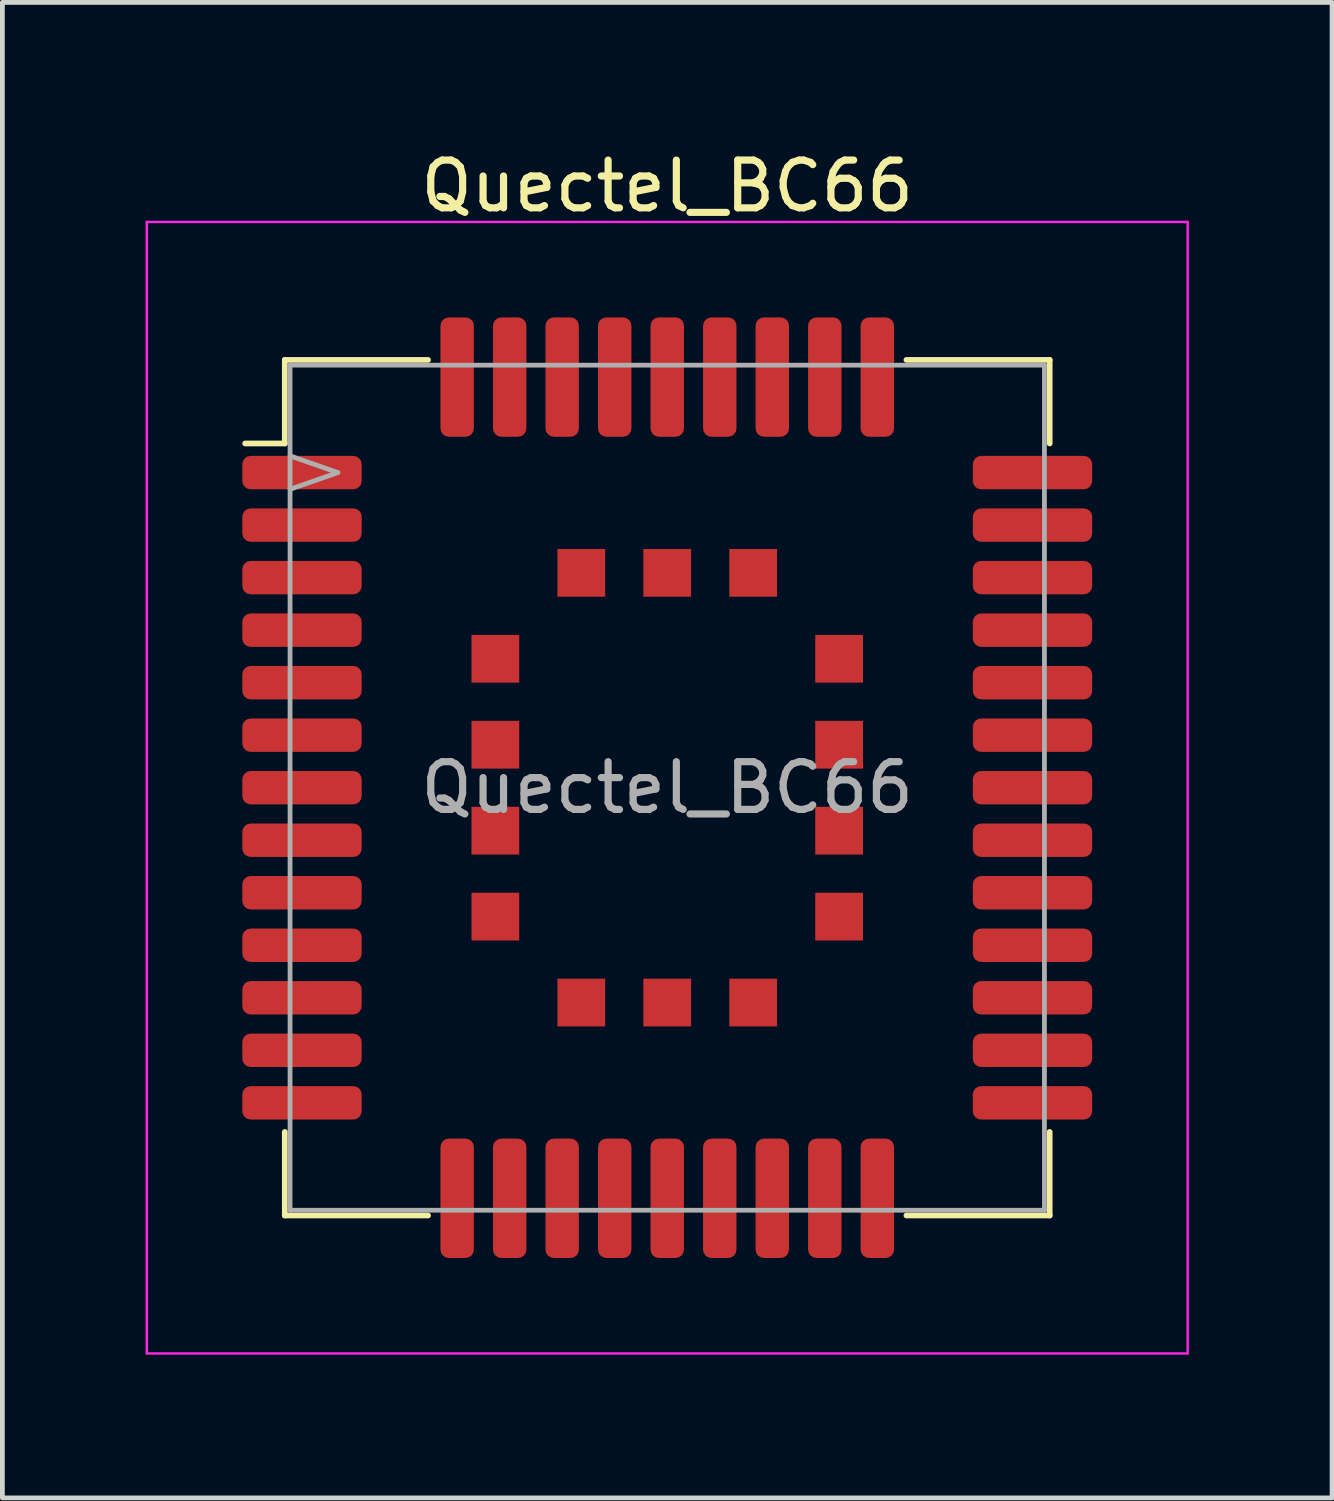
<source format=kicad_pcb>
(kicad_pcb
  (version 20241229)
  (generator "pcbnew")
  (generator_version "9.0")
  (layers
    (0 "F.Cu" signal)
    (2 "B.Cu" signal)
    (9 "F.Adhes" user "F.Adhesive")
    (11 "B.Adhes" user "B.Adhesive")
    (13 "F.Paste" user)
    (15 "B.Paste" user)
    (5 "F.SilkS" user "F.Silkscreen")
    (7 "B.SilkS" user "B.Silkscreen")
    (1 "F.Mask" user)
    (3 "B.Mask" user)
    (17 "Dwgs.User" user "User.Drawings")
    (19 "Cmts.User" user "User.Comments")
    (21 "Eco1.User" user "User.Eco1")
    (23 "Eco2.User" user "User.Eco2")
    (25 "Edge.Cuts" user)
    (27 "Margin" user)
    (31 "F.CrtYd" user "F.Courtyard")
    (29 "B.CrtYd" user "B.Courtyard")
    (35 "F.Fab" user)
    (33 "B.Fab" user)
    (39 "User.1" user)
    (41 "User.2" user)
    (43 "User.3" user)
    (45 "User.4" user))
  (footprint "Quectel_BC66"
    (layer "F.Cu")
    (at 10.925 13.448)
    (property "Reference" "Quectel_BC66" (at 0 -12.6 0) (layer "F.SilkS") (effects (font (size 1 1) (thickness 0.15))))
    (attr smd)
    (fp_line (start -8.84 -7.21) (end -8.01 -7.21) (stroke (width 0.12) (type solid)) (layer "F.SilkS"))
    (fp_line (start -8.01 -8.96) (end -8.01 -7.21) (stroke (width 0.12) (type solid)) (layer "F.SilkS"))
    (fp_line (start -8.01 -8.96) (end -5.01 -8.96) (stroke (width 0.12) (type solid)) (layer "F.SilkS"))
    (fp_line (start -8.01 7.21) (end -8.01 8.96) (stroke (width 0.12) (type solid)) (layer "F.SilkS"))
    (fp_line (start -8.01 8.96) (end -5.01 8.96) (stroke (width 0.12) (type solid)) (layer "F.SilkS"))
    (fp_line (start 5.01 -8.96) (end 8.01 -8.96) (stroke (width 0.12) (type solid)) (layer "F.SilkS"))
    (fp_line (start 5.01 8.96) (end 8.01 8.96) (stroke (width 0.12) (type solid)) (layer "F.SilkS"))
    (fp_line (start 8.01 -8.96) (end 8.01 -7.21) (stroke (width 0.12) (type solid)) (layer "F.SilkS"))
    (fp_line (start 8.01 7.21) (end 8.01 8.96) (stroke (width 0.12) (type solid)) (layer "F.SilkS"))
    (fp_line (start -10.9 -11.85) (end -10.9 11.85) (stroke (width 0.05) (type solid)) (layer "F.CrtYd"))
    (fp_line (start -10.9 -11.85) (end 10.9 -11.85) (stroke (width 0.05) (type solid)) (layer "F.CrtYd"))
    (fp_line (start -10.9 11.85) (end 10.9 11.85) (stroke (width 0.05) (type solid)) (layer "F.CrtYd"))
    (fp_line (start 10.9 -11.85) (end 10.9 11.85) (stroke (width 0.05) (type solid)) (layer "F.CrtYd"))
    (fp_line (start -7.9 -8.85) (end -7.9 8.85) (stroke (width 0.1) (type solid)) (layer "F.Fab"))
    (fp_line (start -7.9 -8.85) (end 7.9 -8.85) (stroke (width 0.1) (type solid)) (layer "F.Fab"))
    (fp_line (start -7.9 -6.95) (end -6.9 -6.6) (stroke (width 0.1) (type solid)) (layer "F.Fab"))
    (fp_line (start -7.9 8.85) (end 7.9 8.85) (stroke (width 0.1) (type solid)) (layer "F.Fab"))
    (fp_line (start -6.9 -6.6) (end -7.9 -6.25) (stroke (width 0.1) (type solid)) (layer "F.Fab"))
    (fp_line (start 7.9 -8.85) (end 7.9 8.85) (stroke (width 0.1) (type solid)) (layer "F.Fab"))
    (fp_text user "${REFERENCE}" (at 0 0 0) (layer "F.Fab") (effects (font (size 1 1) (thickness 0.15))))
    (pad "" smd roundrect (at -7.85 -6.6) (size 2.5 0.7) (layers "F.Paste") (roundrect_rratio 0.25))
    (pad "" smd roundrect (at -7.85 -5.5) (size 2.5 0.7) (layers "F.Paste") (roundrect_rratio 0.25))
    (pad "" smd roundrect (at -7.85 -4.4) (size 2.5 0.7) (layers "F.Paste") (roundrect_rratio 0.25))
    (pad "" smd roundrect (at -7.85 -3.3) (size 2.5 0.7) (layers "F.Paste") (roundrect_rratio 0.25))
    (pad "" smd roundrect (at -7.85 -2.2) (size 2.5 0.7) (layers "F.Paste") (roundrect_rratio 0.25))
    (pad "" smd roundrect (at -7.85 -1.1) (size 2.5 0.7) (layers "F.Paste") (roundrect_rratio 0.25))
    (pad "" smd roundrect (at -7.85 0) (size 2.5 0.7) (layers "F.Paste") (roundrect_rratio 0.25))
    (pad "" smd roundrect (at -7.85 1.1) (size 2.5 0.7) (layers "F.Paste") (roundrect_rratio 0.25))
    (pad "" smd roundrect (at -7.85 2.2) (size 2.5 0.7) (layers "F.Paste") (roundrect_rratio 0.25))
    (pad "" smd roundrect (at -7.85 3.3) (size 2.5 0.7) (layers "F.Paste") (roundrect_rratio 0.25))
    (pad "" smd roundrect (at -7.85 4.4) (size 2.5 0.7) (layers "F.Paste") (roundrect_rratio 0.25))
    (pad "" smd roundrect (at -7.85 5.5) (size 2.5 0.7) (layers "F.Paste") (roundrect_rratio 0.25))
    (pad "" smd roundrect (at -7.85 6.6) (size 2.5 0.7) (layers "F.Paste") (roundrect_rratio 0.25))
    (pad "" smd roundrect (at -4.4 -8.8 90) (size 2.5 0.7) (layers "F.Paste") (roundrect_rratio 0.25))
    (pad "" smd roundrect (at -4.4 8.8 90) (size 2.5 0.7) (layers "F.Paste") (roundrect_rratio 0.25))
    (pad "" smd circle (at -3.6 -2.7) (size 0.46 0.46) (layers "F.Paste"))
    (pad "" smd circle (at -3.6 -0.9) (size 0.46 0.46) (layers "F.Paste"))
    (pad "" smd circle (at -3.6 0.9) (size 0.46 0.46) (layers "F.Paste"))
    (pad "" smd circle (at -3.6 2.7) (size 0.46 0.46) (layers "F.Paste"))
    (pad "" smd roundrect (at -3.3 -8.8 90) (size 2.5 0.7) (layers "F.Paste") (roundrect_rratio 0.25))
    (pad "" smd roundrect (at -3.3 8.8 90) (size 2.5 0.7) (layers "F.Paste") (roundrect_rratio 0.25))
    (pad "" smd roundrect (at -2.2 -8.8 90) (size 2.5 0.7) (layers "F.Paste") (roundrect_rratio 0.25))
    (pad "" smd roundrect (at -2.2 8.8 90) (size 2.5 0.7) (layers "F.Paste") (roundrect_rratio 0.25))
    (pad "" smd circle (at -1.8 -4.5) (size 0.46 0.46) (layers "F.Paste"))
    (pad "" smd circle (at -1.8 4.5) (size 0.46 0.46) (layers "F.Paste"))
    (pad "" smd roundrect (at -1.1 -8.8 90) (size 2.5 0.7) (layers "F.Paste") (roundrect_rratio 0.25))
    (pad "" smd roundrect (at -1.1 8.8 90) (size 2.5 0.7) (layers "F.Paste") (roundrect_rratio 0.25))
    (pad "" smd roundrect (at 0 -8.8 90) (size 2.5 0.7) (layers "F.Paste") (roundrect_rratio 0.25))
    (pad "" smd circle (at 0 -4.5) (size 0.46 0.46) (layers "F.Paste"))
    (pad "" smd circle (at 0 4.5) (size 0.46 0.46) (layers "F.Paste"))
    (pad "" smd roundrect (at 0 8.8 90) (size 2.5 0.7) (layers "F.Paste") (roundrect_rratio 0.25))
    (pad "" smd roundrect (at 1.1 -8.8 90) (size 2.5 0.7) (layers "F.Paste") (roundrect_rratio 0.25))
    (pad "" smd roundrect (at 1.1 8.8 90) (size 2.5 0.7) (layers "F.Paste") (roundrect_rratio 0.25))
    (pad "" smd circle (at 1.8 -4.5) (size 0.46 0.46) (layers "F.Paste"))
    (pad "" smd circle (at 1.8 4.5) (size 0.46 0.46) (layers "F.Paste"))
    (pad "" smd roundrect (at 2.2 -8.8 90) (size 2.5 0.7) (layers "F.Paste") (roundrect_rratio 0.25))
    (pad "" smd roundrect (at 2.2 8.8 90) (size 2.5 0.7) (layers "F.Paste") (roundrect_rratio 0.25))
    (pad "" smd roundrect (at 3.3 -8.8 90) (size 2.5 0.7) (layers "F.Paste") (roundrect_rratio 0.25))
    (pad "" smd roundrect (at 3.3 8.8 90) (size 2.5 0.7) (layers "F.Paste") (roundrect_rratio 0.25))
    (pad "" smd circle (at 3.6 -2.7) (size 0.46 0.46) (layers "F.Paste"))
    (pad "" smd circle (at 3.6 -0.9) (size 0.46 0.46) (layers "F.Paste"))
    (pad "" smd circle (at 3.6 0.9) (size 0.46 0.46) (layers "F.Paste"))
    (pad "" smd circle (at 3.6 2.7) (size 0.46 0.46) (layers "F.Paste"))
    (pad "" smd roundrect (at 4.4 -8.8 90) (size 2.5 0.7) (layers "F.Paste") (roundrect_rratio 0.25))
    (pad "" smd roundrect (at 4.4 8.8 90) (size 2.5 0.7) (layers "F.Paste") (roundrect_rratio 0.25))
    (pad "" smd roundrect (at 7.85 -6.6) (size 2.5 0.7) (layers "F.Paste") (roundrect_rratio 0.25))
    (pad "" smd roundrect (at 7.85 -5.5) (size 2.5 0.7) (layers "F.Paste") (roundrect_rratio 0.25))
    (pad "" smd roundrect (at 7.85 -4.4) (size 2.5 0.7) (layers "F.Paste") (roundrect_rratio 0.25))
    (pad "" smd roundrect (at 7.85 -3.3) (size 2.5 0.7) (layers "F.Paste") (roundrect_rratio 0.25))
    (pad "" smd roundrect (at 7.85 -2.2) (size 2.5 0.7) (layers "F.Paste") (roundrect_rratio 0.25))
    (pad "" smd roundrect (at 7.85 -1.1) (size 2.5 0.7) (layers "F.Paste") (roundrect_rratio 0.25))
    (pad "" smd roundrect (at 7.85 0) (size 2.5 0.7) (layers "F.Paste") (roundrect_rratio 0.25))
    (pad "" smd roundrect (at 7.85 1.1) (size 2.5 0.7) (layers "F.Paste") (roundrect_rratio 0.25))
    (pad "" smd roundrect (at 7.85 2.2) (size 2.5 0.7) (layers "F.Paste") (roundrect_rratio 0.25))
    (pad "" smd roundrect (at 7.85 3.3) (size 2.5 0.7) (layers "F.Paste") (roundrect_rratio 0.25))
    (pad "" smd roundrect (at 7.85 4.4) (size 2.5 0.7) (layers "F.Paste") (roundrect_rratio 0.25))
    (pad "" smd roundrect (at 7.85 5.5) (size 2.5 0.7) (layers "F.Paste") (roundrect_rratio 0.25))
    (pad "" smd roundrect (at 7.85 6.6) (size 2.5 0.7) (layers "F.Paste") (roundrect_rratio 0.25))
    (pad "1" smd roundrect (at -7.65 -6.6) (size 2.5 0.7) (layers "F.Cu" "F.Mask") (roundrect_rratio 0.25))
    (pad "2" smd roundrect (at -7.65 -5.5) (size 2.5 0.7) (layers "F.Cu" "F.Mask") (roundrect_rratio 0.25))
    (pad "3" smd roundrect (at -7.65 -4.4) (size 2.5 0.7) (layers "F.Cu" "F.Mask") (roundrect_rratio 0.25))
    (pad "4" smd roundrect (at -7.65 -3.3) (size 2.5 0.7) (layers "F.Cu" "F.Mask") (roundrect_rratio 0.25))
    (pad "5" smd roundrect (at -7.65 -2.2) (size 2.5 0.7) (layers "F.Cu" "F.Mask") (roundrect_rratio 0.25))
    (pad "6" smd roundrect (at -7.65 -1.1) (size 2.5 0.7) (layers "F.Cu" "F.Mask") (roundrect_rratio 0.25))
    (pad "7" smd roundrect (at -7.65 0) (size 2.5 0.7) (layers "F.Cu" "F.Mask") (roundrect_rratio 0.25))
    (pad "8" smd roundrect (at -7.65 1.1) (size 2.5 0.7) (layers "F.Cu" "F.Mask") (roundrect_rratio 0.25))
    (pad "9" smd roundrect (at -7.65 2.2) (size 2.5 0.7) (layers "F.Cu" "F.Mask") (roundrect_rratio 0.25))
    (pad "10" smd roundrect (at -7.65 3.3) (size 2.5 0.7) (layers "F.Cu" "F.Mask") (roundrect_rratio 0.25))
    (pad "11" smd roundrect (at -7.65 4.4) (size 2.5 0.7) (layers "F.Cu" "F.Mask") (roundrect_rratio 0.25))
    (pad "12" smd roundrect (at -7.65 5.5) (size 2.5 0.7) (layers "F.Cu" "F.Mask") (roundrect_rratio 0.25))
    (pad "13" smd roundrect (at -7.65 6.6) (size 2.5 0.7) (layers "F.Cu" "F.Mask") (roundrect_rratio 0.25))
    (pad "14" smd roundrect (at -4.4 8.6 90) (size 2.5 0.7) (layers "F.Cu" "F.Mask") (roundrect_rratio 0.25))
    (pad "15" smd roundrect (at -3.3 8.6 90) (size 2.5 0.7) (layers "F.Cu" "F.Mask") (roundrect_rratio 0.25))
    (pad "16" smd roundrect (at -2.2 8.6 90) (size 2.5 0.7) (layers "F.Cu" "F.Mask") (roundrect_rratio 0.25))
    (pad "17" smd roundrect (at -1.1 8.6 90) (size 2.5 0.7) (layers "F.Cu" "F.Mask") (roundrect_rratio 0.25))
    (pad "18" smd roundrect (at 0 8.6 90) (size 2.5 0.7) (layers "F.Cu" "F.Mask") (roundrect_rratio 0.25))
    (pad "19" smd roundrect (at 1.1 8.6 90) (size 2.5 0.7) (layers "F.Cu" "F.Mask") (roundrect_rratio 0.25))
    (pad "20" smd roundrect (at 2.2 8.6 90) (size 2.5 0.7) (layers "F.Cu" "F.Mask") (roundrect_rratio 0.25))
    (pad "21" smd roundrect (at 3.3 8.6 90) (size 2.5 0.7) (layers "F.Cu" "F.Mask") (roundrect_rratio 0.25))
    (pad "22" smd roundrect (at 4.4 8.6 90) (size 2.5 0.7) (layers "F.Cu" "F.Mask") (roundrect_rratio 0.25))
    (pad "23" smd roundrect (at 7.65 6.6) (size 2.5 0.7) (layers "F.Cu" "F.Mask") (roundrect_rratio 0.25))
    (pad "24" smd roundrect (at 7.65 5.5) (size 2.5 0.7) (layers "F.Cu" "F.Mask") (roundrect_rratio 0.25))
    (pad "25" smd roundrect (at 7.65 4.4) (size 2.5 0.7) (layers "F.Cu" "F.Mask") (roundrect_rratio 0.25))
    (pad "26" smd roundrect (at 7.65 3.3) (size 2.5 0.7) (layers "F.Cu" "F.Mask") (roundrect_rratio 0.25))
    (pad "27" smd roundrect (at 7.65 2.2) (size 2.5 0.7) (layers "F.Cu" "F.Mask") (roundrect_rratio 0.25))
    (pad "28" smd roundrect (at 7.65 1.1) (size 2.5 0.7) (layers "F.Cu" "F.Mask") (roundrect_rratio 0.25))
    (pad "29" smd roundrect (at 7.65 0) (size 2.5 0.7) (layers "F.Cu" "F.Mask") (roundrect_rratio 0.25))
    (pad "30" smd roundrect (at 7.65 -1.1) (size 2.5 0.7) (layers "F.Cu" "F.Mask") (roundrect_rratio 0.25))
    (pad "31" smd roundrect (at 7.65 -2.2) (size 2.5 0.7) (layers "F.Cu" "F.Mask") (roundrect_rratio 0.25))
    (pad "32" smd roundrect (at 7.65 -3.3) (size 2.5 0.7) (layers "F.Cu" "F.Mask") (roundrect_rratio 0.25))
    (pad "33" smd roundrect (at 7.65 -4.4) (size 2.5 0.7) (layers "F.Cu" "F.Mask") (roundrect_rratio 0.25))
    (pad "34" smd roundrect (at 7.65 -5.5) (size 2.5 0.7) (layers "F.Cu" "F.Mask") (roundrect_rratio 0.25))
    (pad "35" smd roundrect (at 7.65 -6.6) (size 2.5 0.7) (layers "F.Cu" "F.Mask") (roundrect_rratio 0.25))
    (pad "36" smd roundrect (at 4.4 -8.6 270) (size 2.5 0.7) (layers "F.Cu" "F.Mask") (roundrect_rratio 0.25))
    (pad "37" smd roundrect (at 3.3 -8.6 270) (size 2.5 0.7) (layers "F.Cu" "F.Mask") (roundrect_rratio 0.25))
    (pad "38" smd roundrect (at 2.2 -8.6 270) (size 2.5 0.7) (layers "F.Cu" "F.Mask") (roundrect_rratio 0.25))
    (pad "39" smd roundrect (at 1.1 -8.6 270) (size 2.5 0.7) (layers "F.Cu" "F.Mask") (roundrect_rratio 0.25))
    (pad "40" smd roundrect (at 0 -8.6 270) (size 2.5 0.7) (layers "F.Cu" "F.Mask") (roundrect_rratio 0.25))
    (pad "41" smd roundrect (at -1.1 -8.6 270) (size 2.5 0.7) (layers "F.Cu" "F.Mask") (roundrect_rratio 0.25))
    (pad "42" smd roundrect (at -2.2 -8.6 270) (size 2.5 0.7) (layers "F.Cu" "F.Mask") (roundrect_rratio 0.25))
    (pad "43" smd roundrect (at -3.3 -8.6 270) (size 2.5 0.7) (layers "F.Cu" "F.Mask") (roundrect_rratio 0.25))
    (pad "44" smd roundrect (at -4.4 -8.6 270) (size 2.5 0.7) (layers "F.Cu" "F.Mask") (roundrect_rratio 0.25))
    (pad "45" smd rect (at -3.6 -2.7) (size 1 1) (layers "F.Cu" "F.Mask"))
    (pad "46" smd rect (at -3.6 -0.9) (size 1 1) (layers "F.Cu" "F.Mask"))
    (pad "47" smd rect (at -3.6 0.9) (size 1 1) (layers "F.Cu" "F.Mask"))
    (pad "48" smd rect (at -3.6 2.7) (size 1 1) (layers "F.Cu" "F.Mask"))
    (pad "49" smd rect (at -1.8 4.5) (size 1 1) (layers "F.Cu" "F.Mask"))
    (pad "50" smd rect (at 0 4.5) (size 1 1) (layers "F.Cu" "F.Mask"))
    (pad "51" smd rect (at 1.8 4.5) (size 1 1) (layers "F.Cu" "F.Mask"))
    (pad "52" smd rect (at 3.6 2.7) (size 1 1) (layers "F.Cu" "F.Mask"))
    (pad "53" smd rect (at 3.6 0.9) (size 1 1) (layers "F.Cu" "F.Mask"))
    (pad "54" smd rect (at 3.6 -0.9) (size 1 1) (layers "F.Cu" "F.Mask"))
    (pad "55" smd rect (at 3.6 -2.7) (size 1 1) (layers "F.Cu" "F.Mask"))
    (pad "56" smd rect (at 1.8 -4.5) (size 1 1) (layers "F.Cu" "F.Mask"))
    (pad "57" smd rect (at 0 -4.5) (size 1 1) (layers "F.Cu" "F.Mask"))
    (pad "58" smd rect (at -1.8 -4.5) (size 1 1) (layers "F.Cu" "F.Mask")))
  (gr_rect
    (start -3 -3)
    (end 24.85 28.323)
    (stroke (width 0.1) (type default))
    (fill no)
    (layer "Edge.Cuts")))
</source>
